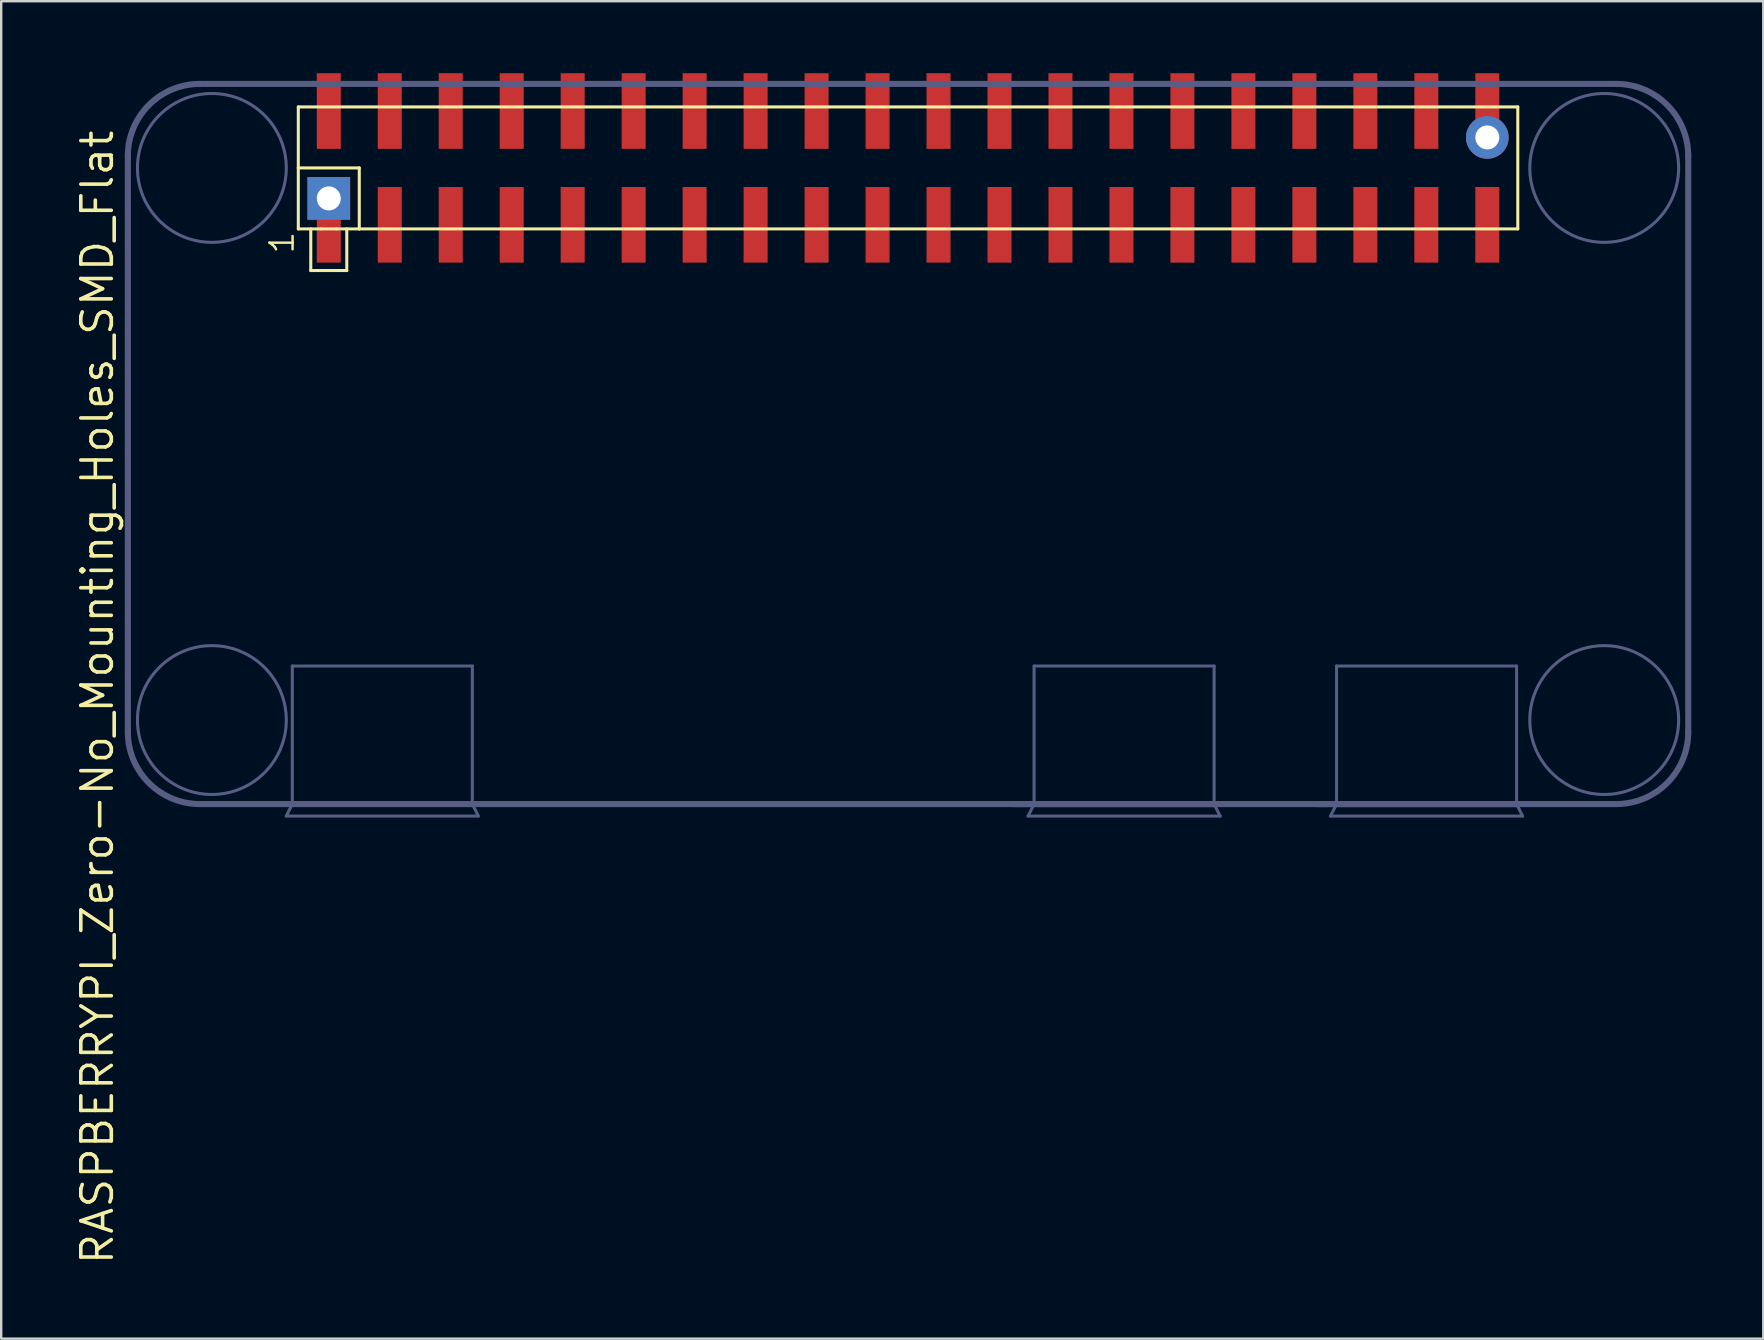
<source format=kicad_pcb>
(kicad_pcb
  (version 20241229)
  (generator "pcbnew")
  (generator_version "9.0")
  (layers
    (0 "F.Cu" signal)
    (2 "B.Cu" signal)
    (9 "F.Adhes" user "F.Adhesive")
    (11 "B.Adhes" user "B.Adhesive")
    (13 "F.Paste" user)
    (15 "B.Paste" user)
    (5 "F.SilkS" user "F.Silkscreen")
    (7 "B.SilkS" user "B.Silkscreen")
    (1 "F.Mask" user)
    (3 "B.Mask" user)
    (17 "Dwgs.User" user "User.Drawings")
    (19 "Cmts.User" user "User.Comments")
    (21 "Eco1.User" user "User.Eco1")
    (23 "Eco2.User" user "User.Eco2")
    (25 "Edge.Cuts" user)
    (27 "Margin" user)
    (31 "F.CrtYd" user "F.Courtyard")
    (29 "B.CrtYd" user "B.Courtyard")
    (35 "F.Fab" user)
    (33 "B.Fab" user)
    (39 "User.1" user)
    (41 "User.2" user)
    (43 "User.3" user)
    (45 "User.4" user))
  (footprint "RASPBERRYPI_Zero-No_Mounting_Holes_SMD_Flat"
    (layer "F.Cu")
    (at 2.276 30.445)
    (property "Reference" "RASPBERRYPI_Zero-No_Mounting_Holes_SMD_Flat" (at -1.27 -4.445 90) (layer "F.SilkS") (effects (font (size 1.27 1.27) (thickness 0.15))))
    (attr smd)
    (fp_line (start 7.1 -29.04) (end 7.1 -26.5) (stroke (width 0.127) (type solid)) (layer "F.SilkS"))
    (fp_line (start 7.1 -26.5) (end 7.1 -23.96) (stroke (width 0.127) (type solid)) (layer "F.SilkS"))
    (fp_line (start 7.1 -26.5) (end 9.64 -26.5) (stroke (width 0.127) (type solid)) (layer "F.SilkS"))
    (fp_line (start 7.1 -23.96) (end 8.053 -23.96) (stroke (width 0.127) (type solid)) (layer "F.SilkS"))
    (fp_line (start 7.62 -23.96) (end 7.62 -22.225) (stroke (width 0.127) (type solid)) (layer "F.SilkS"))
    (fp_line (start 7.62 -22.225) (end 9.12 -22.225) (stroke (width 0.127) (type solid)) (layer "F.SilkS"))
    (fp_line (start 8.053 -23.96) (end 8.688 -23.96) (stroke (width 0.127) (type solid)) (layer "F.SilkS"))
    (fp_line (start 8.688 -23.96) (end 9.64 -23.96) (stroke (width 0.127) (type solid)) (layer "F.SilkS"))
    (fp_line (start 9.12 -23.96) (end 9.12 -22.225) (stroke (width 0.127) (type solid)) (layer "F.SilkS"))
    (fp_line (start 9.64 -26.5) (end 9.64 -23.96) (stroke (width 0.127) (type solid)) (layer "F.SilkS"))
    (fp_line (start 9.64 -23.96) (end 57.9 -23.96) (stroke (width 0.127) (type solid)) (layer "F.SilkS"))
    (fp_line (start 57.9 -29.04) (end 7.1 -29.04) (stroke (width 0.127) (type solid)) (layer "F.SilkS"))
    (fp_line (start 57.9 -23.96) (end 57.9 -29.04) (stroke (width 0.127) (type solid)) (layer "F.SilkS"))
    (fp_line (start 0 -27) (end 0 -3) (stroke (width 0.254) (type solid)) (layer "B.Fab"))
    (fp_line (start 3 0) (end 6.85 0) (stroke (width 0.254) (type solid)) (layer "B.Fab"))
    (fp_line (start 6.6 0.5) (end 14.6 0.5) (stroke (width 0.127) (type solid)) (layer "B.Fab"))
    (fp_line (start 6.85 -5.75) (end 14.35 -5.75) (stroke (width 0.127) (type solid)) (layer "B.Fab"))
    (fp_line (start 6.85 0) (end 6.6 0.5) (stroke (width 0.127) (type solid)) (layer "B.Fab"))
    (fp_line (start 6.85 0) (end 6.85 -5.75) (stroke (width 0.127) (type solid)) (layer "B.Fab"))
    (fp_line (start 6.85 0) (end 14.35 0) (stroke (width 0.254) (type solid)) (layer "B.Fab"))
    (fp_line (start 14.35 -5.75) (end 14.35 0) (stroke (width 0.127) (type solid)) (layer "B.Fab"))
    (fp_line (start 14.35 0) (end 62 0) (stroke (width 0.254) (type solid)) (layer "B.Fab"))
    (fp_line (start 14.6 0.5) (end 14.35 0) (stroke (width 0.127) (type solid)) (layer "B.Fab"))
    (fp_line (start 36.9 0) (end 37.75 0) (stroke (width 0.254) (type solid)) (layer "B.Fab"))
    (fp_line (start 37.5 0.5) (end 45.5 0.5) (stroke (width 0.127) (type solid)) (layer "B.Fab"))
    (fp_line (start 37.75 -5.75) (end 45.25 -5.75) (stroke (width 0.127) (type solid)) (layer "B.Fab"))
    (fp_line (start 37.75 0) (end 37.5 0.5) (stroke (width 0.127) (type solid)) (layer "B.Fab"))
    (fp_line (start 37.75 0) (end 37.75 -5.75) (stroke (width 0.127) (type solid)) (layer "B.Fab"))
    (fp_line (start 37.75 0) (end 45.25 0) (stroke (width 0.254) (type solid)) (layer "B.Fab"))
    (fp_line (start 45.25 -5.75) (end 45.25 0) (stroke (width 0.127) (type solid)) (layer "B.Fab"))
    (fp_line (start 45.5 0.5) (end 45.25 0) (stroke (width 0.127) (type solid)) (layer "B.Fab"))
    (fp_line (start 49.5 0) (end 50.35 0) (stroke (width 0.254) (type solid)) (layer "B.Fab"))
    (fp_line (start 50.1 0.5) (end 58.1 0.5) (stroke (width 0.127) (type solid)) (layer "B.Fab"))
    (fp_line (start 50.35 -5.75) (end 57.85 -5.75) (stroke (width 0.127) (type solid)) (layer "B.Fab"))
    (fp_line (start 50.35 0) (end 50.1 0.5) (stroke (width 0.127) (type solid)) (layer "B.Fab"))
    (fp_line (start 50.35 0) (end 50.35 -5.75) (stroke (width 0.127) (type solid)) (layer "B.Fab"))
    (fp_line (start 50.35 0) (end 57.85 0) (stroke (width 0.254) (type solid)) (layer "B.Fab"))
    (fp_line (start 57.85 -5.75) (end 57.85 0) (stroke (width 0.127) (type solid)) (layer "B.Fab"))
    (fp_line (start 58.1 0.5) (end 57.85 0) (stroke (width 0.127) (type solid)) (layer "B.Fab"))
    (fp_line (start 62 -30) (end 3 -30) (stroke (width 0.254) (type solid)) (layer "B.Fab"))
    (fp_line (start 65 -3) (end 65 -27) (stroke (width 0.254) (type solid)) (layer "B.Fab"))
    (fp_arc (start 0 -27) (mid 0.87868 -29.12132) (end 3 -30) (stroke (width 0.254) (type solid)) (layer "B.Fab"))
    (fp_arc (start 3 0) (mid 0.87868 -0.87868) (end 0 -3) (stroke (width 0.254) (type solid)) (layer "B.Fab"))
    (fp_arc (start 62 -30) (mid 64.12132 -29.12132) (end 65 -27) (stroke (width 0.254) (type solid)) (layer "B.Fab"))
    (fp_arc (start 65 -3) (mid 64.12132 -0.87868) (end 62 0) (stroke (width 0.254) (type solid)) (layer "B.Fab"))
    (fp_circle (center 3.5 -26.5) (end 6.6 -26.5) (stroke (width 0.127) (type solid)) (fill no) (layer "B.Fab"))
    (fp_circle (center 3.5 -3.5) (end 6.6 -3.5) (stroke (width 0.127) (type solid)) (fill no) (layer "B.Fab"))
    (fp_circle (center 61.5 -26.5) (end 64.6 -26.5) (stroke (width 0.127) (type solid)) (fill no) (layer "B.Fab"))
    (fp_circle (center 61.5 -3.5) (end 64.6 -3.5) (stroke (width 0.127) (type solid)) (fill no) (layer "B.Fab"))
    (fp_text user "1" (at 6.985 -22.86 90) (layer "F.SilkS") (effects (font (size 0.965 0.965) (thickness 0.102)) (justify left bottom)))
    (pad "1" thru_hole rect (at 8.37 -25.23) (size 1.778 1.778) (drill 1) (layers "*.Cu" "*.Mask"))
    (pad "1" smd rect (at 8.37 -24.13) (size 1 3.15) (layers "F.Cu" "F.Mask" "F.Paste"))
    (pad "2" smd rect (at 8.37 -28.87) (size 1 3.15) (layers "F.Cu" "F.Mask" "F.Paste"))
    (pad "3" smd rect (at 10.91 -24.13) (size 1 3.15) (layers "F.Cu" "F.Mask" "F.Paste"))
    (pad "4" smd rect (at 10.91 -28.87) (size 1 3.15) (layers "F.Cu" "F.Mask" "F.Paste"))
    (pad "5" smd rect (at 13.45 -24.13) (size 1 3.15) (layers "F.Cu" "F.Mask" "F.Paste"))
    (pad "6" smd rect (at 13.45 -28.87) (size 1 3.15) (layers "F.Cu" "F.Mask" "F.Paste"))
    (pad "7" smd rect (at 15.99 -24.13) (size 1 3.15) (layers "F.Cu" "F.Mask" "F.Paste"))
    (pad "8" smd rect (at 15.99 -28.87) (size 1 3.15) (layers "F.Cu" "F.Mask" "F.Paste"))
    (pad "9" smd rect (at 18.53 -24.13) (size 1 3.15) (layers "F.Cu" "F.Mask" "F.Paste"))
    (pad "10" smd rect (at 18.53 -28.87) (size 1 3.15) (layers "F.Cu" "F.Mask" "F.Paste"))
    (pad "11" smd rect (at 21.07 -24.13) (size 1 3.15) (layers "F.Cu" "F.Mask" "F.Paste"))
    (pad "12" smd rect (at 21.07 -28.87) (size 1 3.15) (layers "F.Cu" "F.Mask" "F.Paste"))
    (pad "13" smd rect (at 23.61 -24.13) (size 1 3.15) (layers "F.Cu" "F.Mask" "F.Paste"))
    (pad "14" smd rect (at 23.61 -28.87) (size 1 3.15) (layers "F.Cu" "F.Mask" "F.Paste"))
    (pad "15" smd rect (at 26.15 -24.13) (size 1 3.15) (layers "F.Cu" "F.Mask" "F.Paste"))
    (pad "16" smd rect (at 26.15 -28.87) (size 1 3.15) (layers "F.Cu" "F.Mask" "F.Paste"))
    (pad "17" smd rect (at 28.69 -24.13) (size 1 3.15) (layers "F.Cu" "F.Mask" "F.Paste"))
    (pad "18" smd rect (at 28.69 -28.87) (size 1 3.15) (layers "F.Cu" "F.Mask" "F.Paste"))
    (pad "19" smd rect (at 31.23 -24.13) (size 1 3.15) (layers "F.Cu" "F.Mask" "F.Paste"))
    (pad "20" smd rect (at 31.23 -28.87) (size 1 3.15) (layers "F.Cu" "F.Mask" "F.Paste"))
    (pad "21" smd rect (at 33.77 -24.13) (size 1 3.15) (layers "F.Cu" "F.Mask" "F.Paste"))
    (pad "22" smd rect (at 33.77 -28.87) (size 1 3.15) (layers "F.Cu" "F.Mask" "F.Paste"))
    (pad "23" smd rect (at 36.31 -24.13) (size 1 3.15) (layers "F.Cu" "F.Mask" "F.Paste"))
    (pad "24" smd rect (at 36.31 -28.87) (size 1 3.15) (layers "F.Cu" "F.Mask" "F.Paste"))
    (pad "25" smd rect (at 38.85 -24.13) (size 1 3.15) (layers "F.Cu" "F.Mask" "F.Paste"))
    (pad "26" smd rect (at 38.85 -28.87) (size 1 3.15) (layers "F.Cu" "F.Mask" "F.Paste"))
    (pad "27" smd rect (at 41.39 -24.13) (size 1 3.15) (layers "F.Cu" "F.Mask" "F.Paste"))
    (pad "28" smd rect (at 41.39 -28.87) (size 1 3.15) (layers "F.Cu" "F.Mask" "F.Paste"))
    (pad "29" smd rect (at 43.93 -24.13) (size 1 3.15) (layers "F.Cu" "F.Mask" "F.Paste"))
    (pad "30" smd rect (at 43.93 -28.87) (size 1 3.15) (layers "F.Cu" "F.Mask" "F.Paste"))
    (pad "31" smd rect (at 46.47 -24.13) (size 1 3.15) (layers "F.Cu" "F.Mask" "F.Paste"))
    (pad "32" smd rect (at 46.47 -28.87) (size 1 3.15) (layers "F.Cu" "F.Mask" "F.Paste"))
    (pad "33" smd rect (at 49.01 -24.13) (size 1 3.15) (layers "F.Cu" "F.Mask" "F.Paste"))
    (pad "34" smd rect (at 49.01 -28.87) (size 1 3.15) (layers "F.Cu" "F.Mask" "F.Paste"))
    (pad "35" smd rect (at 51.55 -24.13) (size 1 3.15) (layers "F.Cu" "F.Mask" "F.Paste"))
    (pad "36" smd rect (at 51.55 -28.87) (size 1 3.15) (layers "F.Cu" "F.Mask" "F.Paste"))
    (pad "37" smd rect (at 54.09 -24.13) (size 1 3.15) (layers "F.Cu" "F.Mask" "F.Paste"))
    (pad "38" smd rect (at 54.09 -28.87) (size 1 3.15) (layers "F.Cu" "F.Mask" "F.Paste"))
    (pad "39" smd rect (at 56.63 -24.13) (size 1 3.15) (layers "F.Cu" "F.Mask" "F.Paste"))
    (pad "40" smd rect (at 56.63 -28.87) (size 1 3.15) (layers "F.Cu" "F.Mask" "F.Paste"))
    (pad "40" thru_hole circle (at 56.63 -27.77) (size 1.778 1.778) (drill 1) (layers "*.Cu" "*.Mask")))
  (gr_rect
    (start -3 -3)
    (end 70.403 52.714)
    (stroke (width 0.1) (type default))
    (fill no)
    (layer "Edge.Cuts")))
</source>
